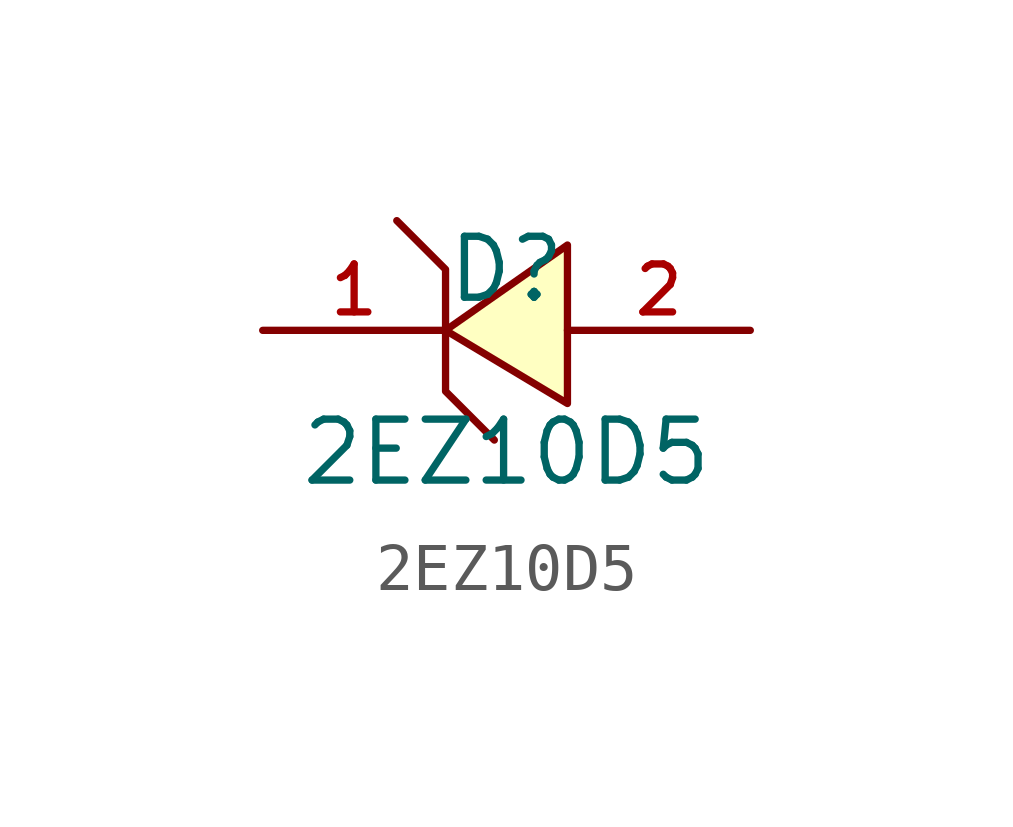
<source format=kicad_sym>
(kicad_symbol_lib
  (version 20210201)
  (generator TousstNicolas/JLC2KiCad_lib)
  (symbol "2EZ10D5"
    (pin_names hide)
    (property "Reference" "D"
      (at 0 1.27 0)
      (effects (font (size 1.27 1.27))))
    (property "Value" "2EZ10D5"
      (at 0 -2.54 0)
      (effects (font (size 1.27 1.27))))
    (symbol "2EZ10D5_0_1"
      (polyline (pts (xy 1.27 -1.524) (xy -1.27 -0.0) (xy 1.27 1.778) (xy 1.27 -1.524)) (stroke (width 0) (type default) (color 0 0 0 0)) (fill (type background)))
      (polyline (pts (xy -2.286 2.286) (xy -1.27 1.27) (xy -1.27 -1.27) (xy -0.254 -2.286)) (stroke (width 0) (type default) (color 0 0 0 0)) (fill (type none)))
      (pin unspecified line (at -5.08 -0.0 0) (length 3.81) (name "C" (effects (font (size 1 1)))) (number "1" (effects (font (size 1 1)))))
      (pin unspecified line (at 5.08 -0.0 180) (length 3.81) (name "A" (effects (font (size 1 1)))) (number "2" (effects (font (size 1 1))))))))
</source>
